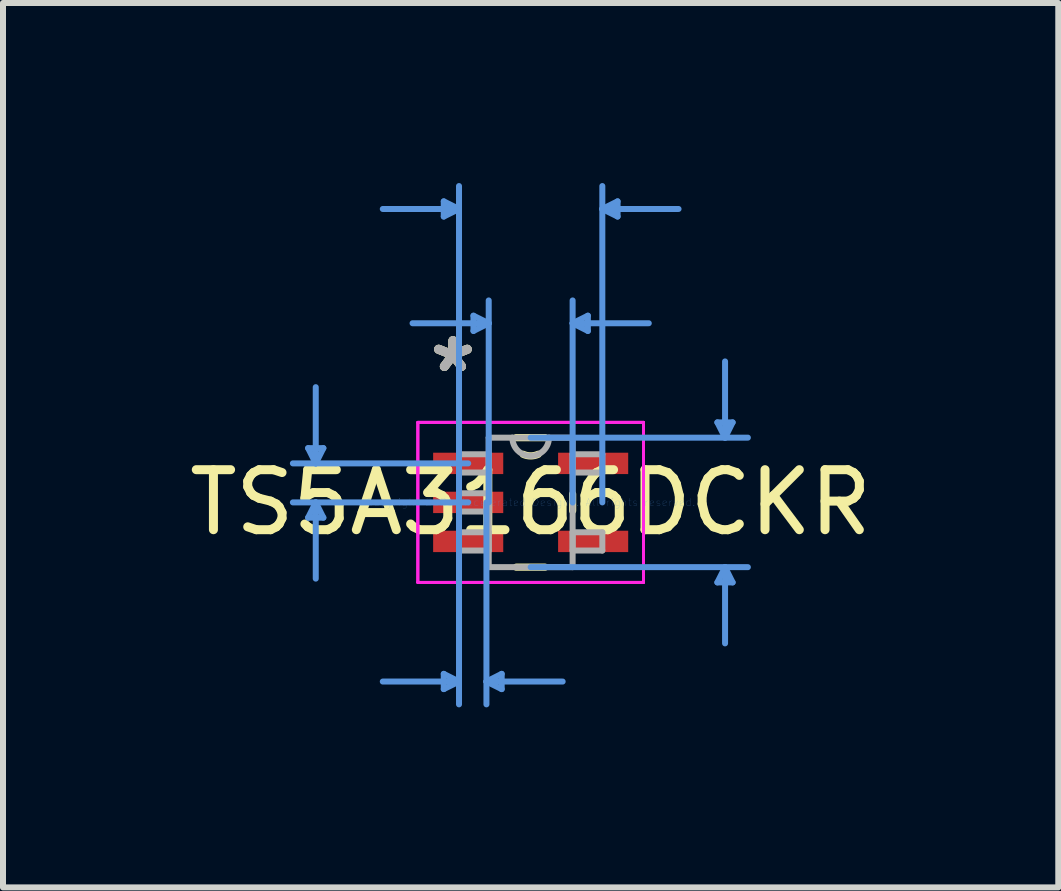
<source format=kicad_pcb>
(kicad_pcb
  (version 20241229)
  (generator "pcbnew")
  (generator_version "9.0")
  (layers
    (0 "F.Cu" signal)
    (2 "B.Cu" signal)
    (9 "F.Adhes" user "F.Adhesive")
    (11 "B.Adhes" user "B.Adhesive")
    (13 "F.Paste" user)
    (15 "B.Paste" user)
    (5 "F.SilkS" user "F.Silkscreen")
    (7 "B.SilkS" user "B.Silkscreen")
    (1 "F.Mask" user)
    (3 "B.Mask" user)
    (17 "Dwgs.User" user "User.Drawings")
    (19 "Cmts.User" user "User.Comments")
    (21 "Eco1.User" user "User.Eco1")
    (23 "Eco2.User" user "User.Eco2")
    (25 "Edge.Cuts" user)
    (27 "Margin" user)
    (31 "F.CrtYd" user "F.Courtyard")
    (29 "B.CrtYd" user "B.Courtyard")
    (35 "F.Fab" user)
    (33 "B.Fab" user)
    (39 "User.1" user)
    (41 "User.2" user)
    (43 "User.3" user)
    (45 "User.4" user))
  (footprint "TS5A3166DCKR"
    (layer "F.Cu")
    (at 5.792 5.321)
    (property "Reference" "TS5A3166DCKR" (at 0 0 0) (layer "F.SilkS") (effects (font (size 1 1) (thickness 0.15))))
    (attr through_hole)
    (fp_line (start -0.24 1.079) (end 0.24 1.079) (stroke (width 0.12) (type solid)) (layer "F.SilkS"))
    (fp_line (start 0.24 -1.079) (end -0.24 -1.079) (stroke (width 0.12) (type solid)) (layer "F.SilkS"))
    (fp_line (start 0.699 0.139) (end 0.699 -0.139) (stroke (width 0.12) (type solid)) (layer "F.SilkS"))
    (fp_arc (start 0.12446 -0.801269) (mid 0 -0.7747) (end -0.12446 -0.801269) (stroke (width 0.12) (type solid)) (layer "F.SilkS"))
    (fp_line (start -3.708 -0.904) (end -3.454 -0.904) (stroke (width 0.1) (type solid)) (layer "Cmts.User"))
    (fp_line (start -3.708 0.254) (end -3.454 0.254) (stroke (width 0.1) (type solid)) (layer "Cmts.User"))
    (fp_line (start -3.581 -0.65) (end -3.708 -0.904) (stroke (width 0.1) (type solid)) (layer "Cmts.User"))
    (fp_line (start -3.581 -0.65) (end -3.581 -1.92) (stroke (width 0.1) (type solid)) (layer "Cmts.User"))
    (fp_line (start -3.581 -0.65) (end -3.454 -0.904) (stroke (width 0.1) (type solid)) (layer "Cmts.User"))
    (fp_line (start -3.581 0) (end -3.708 0.254) (stroke (width 0.1) (type solid)) (layer "Cmts.User"))
    (fp_line (start -3.581 0) (end -3.581 1.27) (stroke (width 0.1) (type solid)) (layer "Cmts.User"))
    (fp_line (start -3.581 0) (end -3.454 0.254) (stroke (width 0.1) (type solid)) (layer "Cmts.User"))
    (fp_line (start -1.448 -5.016) (end -1.448 -4.763) (stroke (width 0.1) (type solid)) (layer "Cmts.User"))
    (fp_line (start -1.448 2.857) (end -1.448 3.111) (stroke (width 0.1) (type solid)) (layer "Cmts.User"))
    (fp_line (start -1.194 -4.889) (end -2.464 -4.889) (stroke (width 0.1) (type solid)) (layer "Cmts.User"))
    (fp_line (start -1.194 -4.889) (end -1.448 -5.016) (stroke (width 0.1) (type solid)) (layer "Cmts.User"))
    (fp_line (start -1.194 -4.889) (end -1.448 -4.763) (stroke (width 0.1) (type solid)) (layer "Cmts.User"))
    (fp_line (start -1.194 0) (end -1.194 -5.271) (stroke (width 0.1) (type solid)) (layer "Cmts.User"))
    (fp_line (start -1.194 0) (end -1.194 3.365) (stroke (width 0.1) (type solid)) (layer "Cmts.User"))
    (fp_line (start -1.194 2.985) (end -2.464 2.985) (stroke (width 0.1) (type solid)) (layer "Cmts.User"))
    (fp_line (start -1.194 2.985) (end -1.448 2.857) (stroke (width 0.1) (type solid)) (layer "Cmts.User"))
    (fp_line (start -1.194 2.985) (end -1.448 3.111) (stroke (width 0.1) (type solid)) (layer "Cmts.User"))
    (fp_line (start -1.041 -0.65) (end -3.962 -0.65) (stroke (width 0.1) (type solid)) (layer "Cmts.User"))
    (fp_line (start -1.041 0) (end -3.962 0) (stroke (width 0.1) (type solid)) (layer "Cmts.User"))
    (fp_line (start -0.953 -3.111) (end -0.953 -2.857) (stroke (width 0.1) (type solid)) (layer "Cmts.User"))
    (fp_line (start -0.737 0) (end -0.737 3.365) (stroke (width 0.1) (type solid)) (layer "Cmts.User"))
    (fp_line (start -0.737 2.985) (end -0.483 2.857) (stroke (width 0.1) (type solid)) (layer "Cmts.User"))
    (fp_line (start -0.737 2.985) (end -0.483 3.111) (stroke (width 0.1) (type solid)) (layer "Cmts.User"))
    (fp_line (start -0.737 2.985) (end 0.533 2.985) (stroke (width 0.1) (type solid)) (layer "Cmts.User"))
    (fp_line (start -0.699 -2.985) (end -1.968 -2.985) (stroke (width 0.1) (type solid)) (layer "Cmts.User"))
    (fp_line (start -0.699 -2.985) (end -0.953 -3.111) (stroke (width 0.1) (type solid)) (layer "Cmts.User"))
    (fp_line (start -0.699 -2.985) (end -0.953 -2.857) (stroke (width 0.1) (type solid)) (layer "Cmts.User"))
    (fp_line (start -0.699 0) (end -0.699 -3.365) (stroke (width 0.1) (type solid)) (layer "Cmts.User"))
    (fp_line (start -0.483 2.857) (end -0.483 3.111) (stroke (width 0.1) (type solid)) (layer "Cmts.User"))
    (fp_line (start 0 -1.079) (end 3.619 -1.079) (stroke (width 0.1) (type solid)) (layer "Cmts.User"))
    (fp_line (start 0 1.079) (end 3.619 1.079) (stroke (width 0.1) (type solid)) (layer "Cmts.User"))
    (fp_line (start 0.699 -2.985) (end 0.953 -3.111) (stroke (width 0.1) (type solid)) (layer "Cmts.User"))
    (fp_line (start 0.699 -2.985) (end 0.953 -2.857) (stroke (width 0.1) (type solid)) (layer "Cmts.User"))
    (fp_line (start 0.699 -2.985) (end 1.968 -2.985) (stroke (width 0.1) (type solid)) (layer "Cmts.User"))
    (fp_line (start 0.699 0) (end 0.699 -3.365) (stroke (width 0.1) (type solid)) (layer "Cmts.User"))
    (fp_line (start 0.953 -3.111) (end 0.953 -2.857) (stroke (width 0.1) (type solid)) (layer "Cmts.User"))
    (fp_line (start 1.194 -4.889) (end 1.448 -5.016) (stroke (width 0.1) (type solid)) (layer "Cmts.User"))
    (fp_line (start 1.194 -4.889) (end 1.448 -4.763) (stroke (width 0.1) (type solid)) (layer "Cmts.User"))
    (fp_line (start 1.194 -4.889) (end 2.464 -4.889) (stroke (width 0.1) (type solid)) (layer "Cmts.User"))
    (fp_line (start 1.194 0) (end 1.194 -5.271) (stroke (width 0.1) (type solid)) (layer "Cmts.User"))
    (fp_line (start 1.448 -5.016) (end 1.448 -4.763) (stroke (width 0.1) (type solid)) (layer "Cmts.User"))
    (fp_line (start 3.111 -1.333) (end 3.365 -1.333) (stroke (width 0.1) (type solid)) (layer "Cmts.User"))
    (fp_line (start 3.111 1.333) (end 3.365 1.333) (stroke (width 0.1) (type solid)) (layer "Cmts.User"))
    (fp_line (start 3.239 -1.079) (end 3.111 -1.333) (stroke (width 0.1) (type solid)) (layer "Cmts.User"))
    (fp_line (start 3.239 -1.079) (end 3.239 -2.349) (stroke (width 0.1) (type solid)) (layer "Cmts.User"))
    (fp_line (start 3.239 -1.079) (end 3.365 -1.333) (stroke (width 0.1) (type solid)) (layer "Cmts.User"))
    (fp_line (start 3.239 1.079) (end 3.111 1.333) (stroke (width 0.1) (type solid)) (layer "Cmts.User"))
    (fp_line (start 3.239 1.079) (end 3.239 2.349) (stroke (width 0.1) (type solid)) (layer "Cmts.User"))
    (fp_line (start 3.239 1.079) (end 3.365 1.333) (stroke (width 0.1) (type solid)) (layer "Cmts.User"))
    (fp_line (start -1.88 -1.333) (end 1.88 -1.333) (stroke (width 0.05) (type solid)) (layer "F.CrtYd"))
    (fp_line (start -1.88 -1.333) (end 1.88 -1.333) (stroke (width 0.05) (type solid)) (layer "F.CrtYd"))
    (fp_line (start -1.88 1.333) (end -1.88 -1.333) (stroke (width 0.05) (type solid)) (layer "F.CrtYd"))
    (fp_line (start -1.88 1.333) (end -1.88 -1.333) (stroke (width 0.05) (type solid)) (layer "F.CrtYd"))
    (fp_line (start 1.88 -1.333) (end 1.88 1.333) (stroke (width 0.05) (type solid)) (layer "F.CrtYd"))
    (fp_line (start 1.88 -1.333) (end 1.88 1.333) (stroke (width 0.05) (type solid)) (layer "F.CrtYd"))
    (fp_line (start 1.88 1.333) (end -1.88 1.333) (stroke (width 0.05) (type solid)) (layer "F.CrtYd"))
    (fp_line (start 1.88 1.333) (end -1.88 1.333) (stroke (width 0.05) (type solid)) (layer "F.CrtYd"))
    (fp_line (start -1.194 -0.802) (end -1.194 -0.498) (stroke (width 0.1) (type solid)) (layer "F.Fab"))
    (fp_line (start -1.194 -0.498) (end -0.699 -0.498) (stroke (width 0.1) (type solid)) (layer "F.Fab"))
    (fp_line (start -1.194 -0.152) (end -1.194 0.152) (stroke (width 0.1) (type solid)) (layer "F.Fab"))
    (fp_line (start -1.194 0.152) (end -0.699 0.152) (stroke (width 0.1) (type solid)) (layer "F.Fab"))
    (fp_line (start -1.194 0.498) (end -1.194 0.802) (stroke (width 0.1) (type solid)) (layer "F.Fab"))
    (fp_line (start -1.194 0.802) (end -0.699 0.802) (stroke (width 0.1) (type solid)) (layer "F.Fab"))
    (fp_line (start -0.699 -1.079) (end -0.699 1.079) (stroke (width 0.1) (type solid)) (layer "F.Fab"))
    (fp_line (start -0.699 -0.802) (end -1.194 -0.802) (stroke (width 0.1) (type solid)) (layer "F.Fab"))
    (fp_line (start -0.699 -0.498) (end -0.699 -0.802) (stroke (width 0.1) (type solid)) (layer "F.Fab"))
    (fp_line (start -0.699 -0.152) (end -1.194 -0.152) (stroke (width 0.1) (type solid)) (layer "F.Fab"))
    (fp_line (start -0.699 0.152) (end -0.699 -0.152) (stroke (width 0.1) (type solid)) (layer "F.Fab"))
    (fp_line (start -0.699 0.498) (end -1.194 0.498) (stroke (width 0.1) (type solid)) (layer "F.Fab"))
    (fp_line (start -0.699 0.802) (end -0.699 0.498) (stroke (width 0.1) (type solid)) (layer "F.Fab"))
    (fp_line (start -0.699 1.079) (end 0.699 1.079) (stroke (width 0.1) (type solid)) (layer "F.Fab"))
    (fp_line (start 0.699 -1.079) (end -0.699 -1.079) (stroke (width 0.1) (type solid)) (layer "F.Fab"))
    (fp_line (start 0.699 -0.802) (end 0.699 -0.498) (stroke (width 0.1) (type solid)) (layer "F.Fab"))
    (fp_line (start 0.699 -0.498) (end 1.194 -0.498) (stroke (width 0.1) (type solid)) (layer "F.Fab"))
    (fp_line (start 0.699 0.498) (end 0.699 0.802) (stroke (width 0.1) (type solid)) (layer "F.Fab"))
    (fp_line (start 0.699 0.802) (end 1.194 0.802) (stroke (width 0.1) (type solid)) (layer "F.Fab"))
    (fp_line (start 0.699 1.079) (end 0.699 -1.079) (stroke (width 0.1) (type solid)) (layer "F.Fab"))
    (fp_line (start 1.194 -0.802) (end 0.699 -0.802) (stroke (width 0.1) (type solid)) (layer "F.Fab"))
    (fp_line (start 1.194 -0.498) (end 1.194 -0.802) (stroke (width 0.1) (type solid)) (layer "F.Fab"))
    (fp_line (start 1.194 0.498) (end 0.699 0.498) (stroke (width 0.1) (type solid)) (layer "F.Fab"))
    (fp_line (start 1.194 0.802) (end 1.194 0.498) (stroke (width 0.1) (type solid)) (layer "F.Fab"))
    (fp_arc (start 0.3048 -1.0795) (mid 0 -0.7747) (end -0.3048 -1.0795) (stroke (width 0.1) (type solid)) (layer "F.Fab"))
    (fp_text user "*" (at -1.295 -2.149 0) (layer "F.SilkS") (effects (font (size 1 1) (thickness 0.15))))
    (fp_text user "*" (at -1.295 -2.149 0) (layer "F.SilkS") (effects (font (size 1 1) (thickness 0.15))))
    (fp_text user "Copyright 2021 Accelerated Designs. All rights reserved." (at 0 0 0) (layer "Cmts.User") (effects (font (size 0.127 0.127) (thickness 0.002))))
    (fp_text user "*" (at -1.295 -2.149 0) (layer "F.Fab") (effects (font (size 1 1) (thickness 0.15))))
    (fp_text user "*" (at -1.295 -2.149 0) (layer "F.Fab") (effects (font (size 1 1) (thickness 0.15))))
    (pad "1" smd rect (at -1.041 -0.65) (size 1.168 0.356) (layers "F.Cu" "F.Mask" "F.Paste"))
    (pad "2" smd rect (at -1.041 0) (size 1.168 0.356) (layers "F.Cu" "F.Mask" "F.Paste"))
    (pad "3" smd rect (at -1.041 0.65) (size 1.168 0.356) (layers "F.Cu" "F.Mask" "F.Paste"))
    (pad "4" smd rect (at 1.041 0.65) (size 1.168 0.356) (layers "F.Cu" "F.Mask" "F.Paste"))
    (pad "5" smd rect (at 1.041 -0.65) (size 1.168 0.356) (layers "F.Cu" "F.Mask" "F.Paste")))
  (gr_rect
    (start -3 -3)
    (end 14.583 11.736)
    (stroke (width 0.1) (type default))
    (fill no)
    (layer "Edge.Cuts")))
</source>
